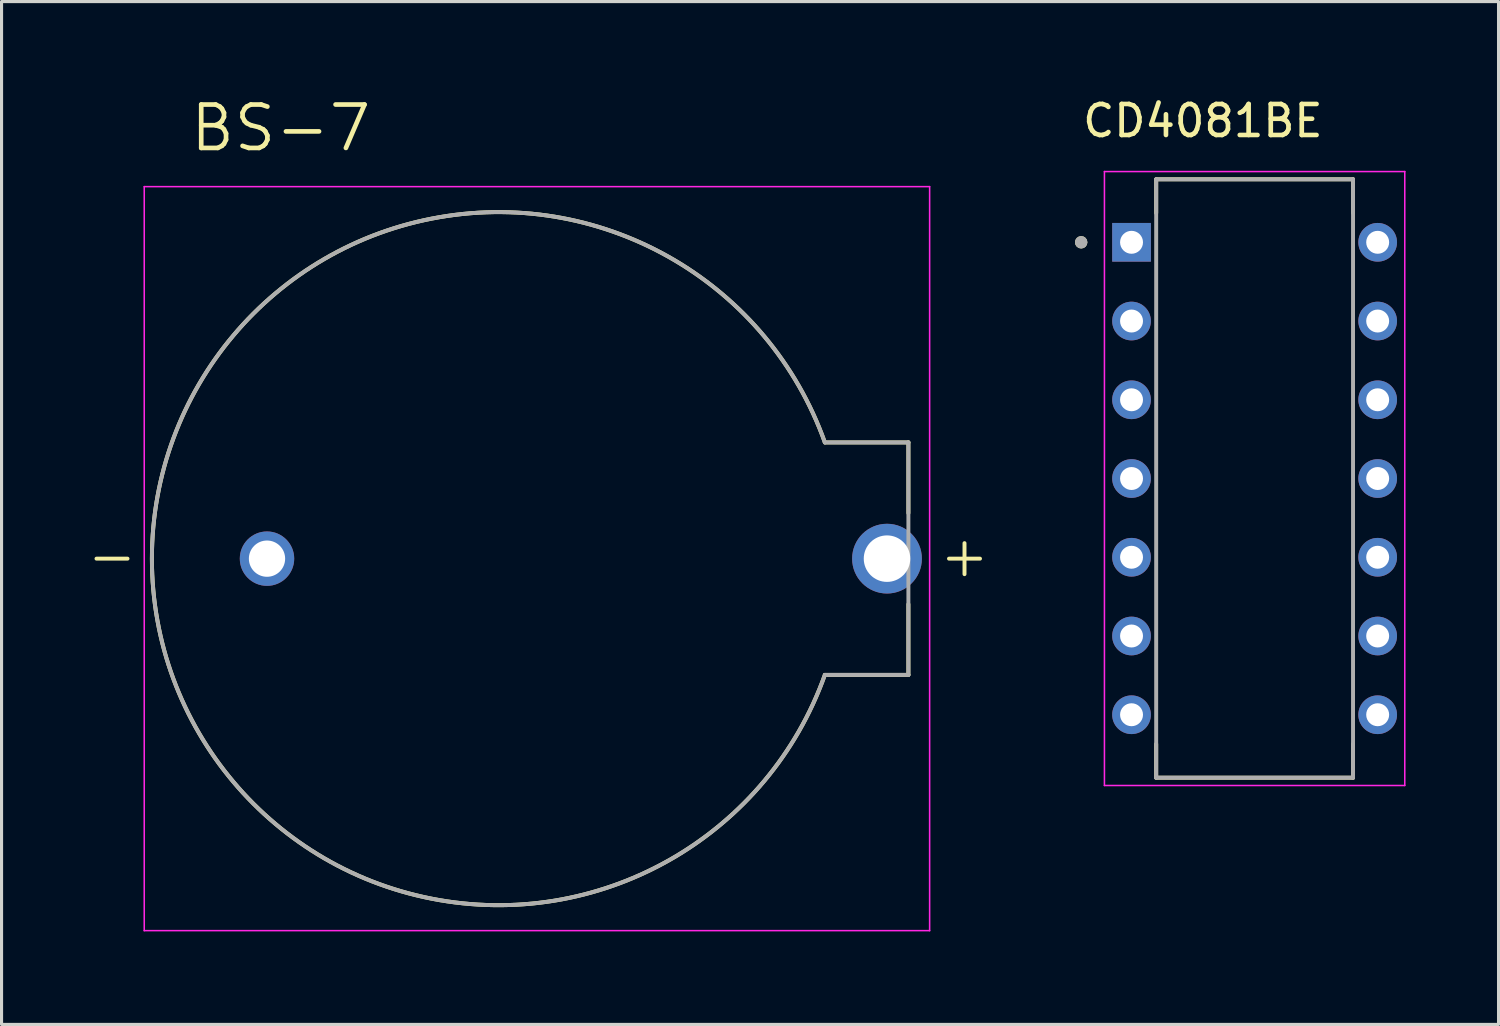
<source format=kicad_pcb>
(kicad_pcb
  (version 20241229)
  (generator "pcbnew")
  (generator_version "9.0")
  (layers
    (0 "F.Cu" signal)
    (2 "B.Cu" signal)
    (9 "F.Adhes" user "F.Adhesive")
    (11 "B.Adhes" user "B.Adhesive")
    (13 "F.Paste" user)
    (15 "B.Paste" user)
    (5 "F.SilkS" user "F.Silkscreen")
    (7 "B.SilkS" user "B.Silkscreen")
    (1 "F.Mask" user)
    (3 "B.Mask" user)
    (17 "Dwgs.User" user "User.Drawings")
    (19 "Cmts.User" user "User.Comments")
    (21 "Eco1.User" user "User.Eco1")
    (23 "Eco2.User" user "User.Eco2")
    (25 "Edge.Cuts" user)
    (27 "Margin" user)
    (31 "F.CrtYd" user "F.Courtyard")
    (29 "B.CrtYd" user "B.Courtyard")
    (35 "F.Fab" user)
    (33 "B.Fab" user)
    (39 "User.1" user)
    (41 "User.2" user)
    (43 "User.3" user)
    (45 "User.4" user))
  (footprint "CD4081BE"
    (layer "F.Cu")
    (at 37.421 12.386)
    (property "Reference" "CD4081BE" (at -1.669 -11.537 0) (layer "F.SilkS") (effects (font (size 1 1) (thickness 0.15))))
    (attr through_hole)
    (fp_line (start -3.175 -9.652) (end -3.175 -8.564) (stroke (width 0.127) (type solid)) (layer "F.SilkS"))
    (fp_line (start -3.175 -9.652) (end 3.175 -9.652) (stroke (width 0.127) (type solid)) (layer "F.SilkS"))
    (fp_line (start -3.175 9.652) (end -3.175 8.564) (stroke (width 0.127) (type solid)) (layer "F.SilkS"))
    (fp_line (start -3.175 9.652) (end 3.175 9.652) (stroke (width 0.127) (type solid)) (layer "F.SilkS"))
    (fp_line (start 3.175 -9.652) (end 3.175 -8.564) (stroke (width 0.127) (type solid)) (layer "F.SilkS"))
    (fp_line (start 3.175 9.652) (end 3.175 8.564) (stroke (width 0.127) (type solid)) (layer "F.SilkS"))
    (fp_circle (center -5.594 -7.62) (end -5.494 -7.62) (stroke (width 0.2) (type solid)) (fill no) (layer "F.SilkS"))
    (fp_line (start -4.844 -9.902) (end -4.844 9.902) (stroke (width 0.05) (type solid)) (layer "F.CrtYd"))
    (fp_line (start -4.844 9.902) (end 4.844 9.902) (stroke (width 0.05) (type solid)) (layer "F.CrtYd"))
    (fp_line (start 4.844 -9.902) (end -4.844 -9.902) (stroke (width 0.05) (type solid)) (layer "F.CrtYd"))
    (fp_line (start 4.844 9.902) (end 4.844 -9.902) (stroke (width 0.05) (type solid)) (layer "F.CrtYd"))
    (fp_line (start -3.175 -9.652) (end -3.175 9.652) (stroke (width 0.127) (type solid)) (layer "F.Fab"))
    (fp_line (start -3.175 -9.652) (end 3.175 -9.652) (stroke (width 0.127) (type solid)) (layer "F.Fab"))
    (fp_line (start -3.175 9.652) (end 3.175 9.652) (stroke (width 0.127) (type solid)) (layer "F.Fab"))
    (fp_line (start 3.175 -9.652) (end 3.175 9.652) (stroke (width 0.127) (type solid)) (layer "F.Fab"))
    (fp_circle (center -5.594 -7.62) (end -5.494 -7.62) (stroke (width 0.2) (type solid)) (fill no) (layer "F.Fab"))
    (pad "1" thru_hole rect (at -3.97 -7.62) (size 1.248 1.248) (drill 0.74) (layers "*.Cu" "*.Mask"))
    (pad "2" thru_hole circle (at -3.97 -5.08) (size 1.248 1.248) (drill 0.74) (layers "*.Cu" "*.Mask"))
    (pad "3" thru_hole circle (at -3.97 -2.54) (size 1.248 1.248) (drill 0.74) (layers "*.Cu" "*.Mask"))
    (pad "4" thru_hole circle (at -3.97 0) (size 1.248 1.248) (drill 0.74) (layers "*.Cu" "*.Mask"))
    (pad "5" thru_hole circle (at -3.97 2.54) (size 1.248 1.248) (drill 0.74) (layers "*.Cu" "*.Mask"))
    (pad "6" thru_hole circle (at -3.97 5.08) (size 1.248 1.248) (drill 0.74) (layers "*.Cu" "*.Mask"))
    (pad "7" thru_hole circle (at -3.97 7.62) (size 1.248 1.248) (drill 0.74) (layers "*.Cu" "*.Mask"))
    (pad "8" thru_hole circle (at 3.97 7.62) (size 1.248 1.248) (drill 0.74) (layers "*.Cu" "*.Mask"))
    (pad "9" thru_hole circle (at 3.97 5.08) (size 1.248 1.248) (drill 0.74) (layers "*.Cu" "*.Mask"))
    (pad "10" thru_hole circle (at 3.97 2.54) (size 1.248 1.248) (drill 0.74) (layers "*.Cu" "*.Mask"))
    (pad "11" thru_hole circle (at 3.97 0) (size 1.248 1.248) (drill 0.74) (layers "*.Cu" "*.Mask"))
    (pad "12" thru_hole circle (at 3.97 -2.54) (size 1.248 1.248) (drill 0.74) (layers "*.Cu" "*.Mask"))
    (pad "13" thru_hole circle (at 3.97 -5.08) (size 1.248 1.248) (drill 0.74) (layers "*.Cu" "*.Mask"))
    (pad "14" thru_hole circle (at 3.97 -7.62) (size 1.248 1.248) (drill 0.74) (layers "*.Cu" "*.Mask")))
  (footprint "BS-7"
    (layer "F.Cu")
    (at 15.563 14.971)
    (property "Reference" "BS-7" (at -9.555 -13.889 0) (layer "F.SilkS") (effects (font (size 1.4 1.4) (thickness 0.15))))
    (attr through_hole)
    (fp_line (start -15.5 0) (end -14.5 0) (stroke (width 0.127) (type solid)) (layer "F.SilkS"))
    (fp_line (start 10.69 -3.75) (end 7.995 -3.75) (stroke (width 0.127) (type solid)) (layer "F.SilkS"))
    (fp_line (start 10.69 -3.75) (end 10.69 -1.47) (stroke (width 0.127) (type solid)) (layer "F.SilkS"))
    (fp_line (start 10.69 3.75) (end 7.995 3.75) (stroke (width 0.127) (type solid)) (layer "F.SilkS"))
    (fp_line (start 10.69 3.75) (end 10.69 1.47) (stroke (width 0.127) (type solid)) (layer "F.SilkS"))
    (fp_line (start 12 0) (end 13 0) (stroke (width 0.127) (type solid)) (layer "F.SilkS"))
    (fp_line (start 12.5 -0.5) (end 12.5 0.5) (stroke (width 0.127) (type solid)) (layer "F.SilkS"))
    (fp_arc (start 7.995 3.75) (mid -13.712925 0) (end 7.995 -3.75) (stroke (width 0.127) (type solid)) (layer "F.SilkS"))
    (fp_line (start -13.96 -12) (end 11.375 -12) (stroke (width 0.05) (type solid)) (layer "F.CrtYd"))
    (fp_line (start -13.96 12) (end -13.96 -12) (stroke (width 0.05) (type solid)) (layer "F.CrtYd"))
    (fp_line (start 11.375 -12) (end 11.375 12) (stroke (width 0.05) (type solid)) (layer "F.CrtYd"))
    (fp_line (start 11.375 12) (end -13.96 12) (stroke (width 0.05) (type solid)) (layer "F.CrtYd"))
    (fp_line (start 10.69 -3.75) (end 7.995 -3.75) (stroke (width 0.127) (type solid)) (layer "F.Fab"))
    (fp_line (start 10.69 -3.75) (end 10.69 3.75) (stroke (width 0.127) (type solid)) (layer "F.Fab"))
    (fp_line (start 10.69 3.75) (end 7.995 3.75) (stroke (width 0.127) (type solid)) (layer "F.Fab"))
    (fp_arc (start 7.995 3.75) (mid -13.712925 0) (end 7.995 -3.75) (stroke (width 0.127) (type solid)) (layer "F.Fab"))
    (pad "+" thru_hole circle (at 10 0) (size 2.25 2.25) (drill 1.5) (layers "*.Cu" "*.Mask"))
    (pad "-" thru_hole circle (at -10 0) (size 1.755 1.755) (drill 1.17) (layers "*.Cu" "*.Mask")))
  (gr_rect
    (start -3 -3)
    (end 45.29 29.996)
    (stroke (width 0.1) (type default))
    (fill no)
    (layer "Edge.Cuts")))
</source>
